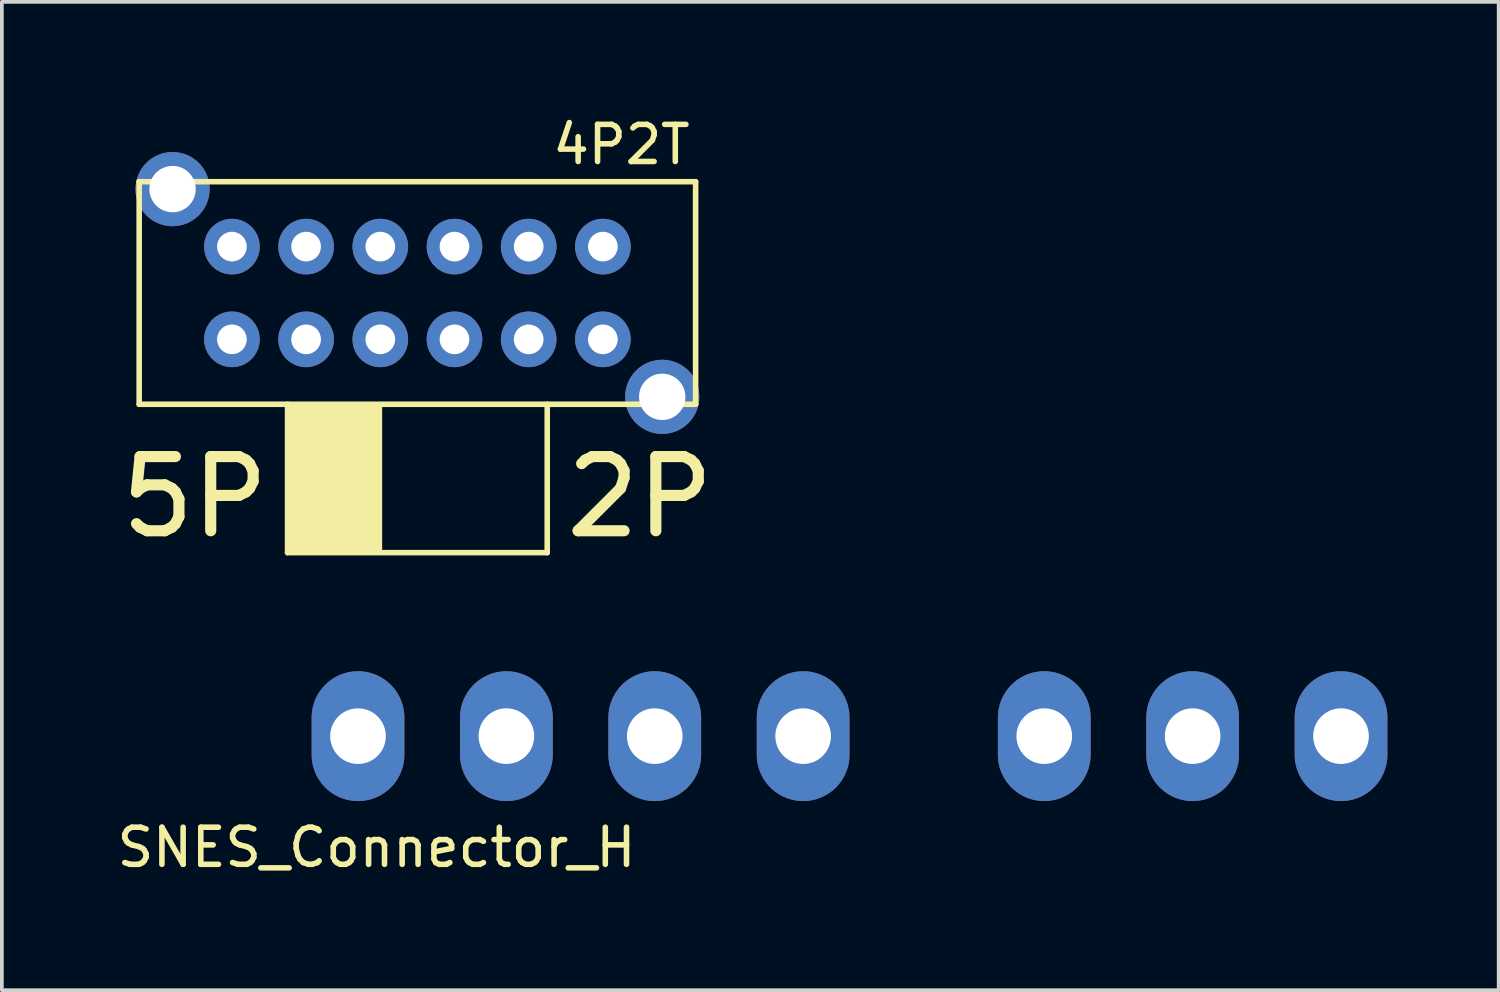
<source format=kicad_pcb>
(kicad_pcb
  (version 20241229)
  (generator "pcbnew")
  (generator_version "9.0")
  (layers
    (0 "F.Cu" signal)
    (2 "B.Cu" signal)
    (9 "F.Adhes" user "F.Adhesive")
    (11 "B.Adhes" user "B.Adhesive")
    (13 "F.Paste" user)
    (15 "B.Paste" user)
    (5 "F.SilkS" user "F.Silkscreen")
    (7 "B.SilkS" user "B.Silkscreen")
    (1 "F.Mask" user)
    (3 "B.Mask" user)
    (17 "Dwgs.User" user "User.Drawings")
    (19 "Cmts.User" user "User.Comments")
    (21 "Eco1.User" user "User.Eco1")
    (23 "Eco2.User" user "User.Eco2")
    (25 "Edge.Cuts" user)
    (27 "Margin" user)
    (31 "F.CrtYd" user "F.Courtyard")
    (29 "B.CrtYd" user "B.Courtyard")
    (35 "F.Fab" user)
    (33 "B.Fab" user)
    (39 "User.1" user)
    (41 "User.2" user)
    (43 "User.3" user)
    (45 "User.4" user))
  (footprint "SNES_Connector_H"
    (layer "F.Cu")
    (at 6.601 16.795)
    (property "Reference" "SNES_Connector_H" (at 0.5 3 0) (layer "F.SilkS") (effects (font (size 1 1) (thickness 0.15))))
    (attr through_hole)
    (pad "1" thru_hole oval (at 0 0) (size 2.5 3.5) (drill 1.5) (layers "*.Cu" "*.Mask"))
    (pad "2" thru_hole oval (at 4 0) (size 2.5 3.5) (drill 1.5) (layers "*.Cu" "*.Mask"))
    (pad "3" thru_hole oval (at 8 0) (size 2.5 3.5) (drill 1.5) (layers "*.Cu" "*.Mask"))
    (pad "4" thru_hole oval (at 12 0) (size 2.5 3.5) (drill 1.5) (layers "*.Cu" "*.Mask"))
    (pad "5" thru_hole oval (at 18.5 0) (size 2.5 3.5) (drill 1.5) (layers "*.Cu" "*.Mask"))
    (pad "6" thru_hole oval (at 22.5 0) (size 2.5 3.5) (drill 1.5) (layers "*.Cu" "*.Mask"))
    (pad "7" thru_hole oval (at 26.5 0) (size 2.5 3.5) (drill 1.5) (layers "*.Cu" "*.Mask")))
  (footprint "4P2T"
    (layer "F.Cu")
    (at 8.202 4.848)
    (property "Reference" "4P2T" (at 5.5 -4 0) (layer "F.SilkS") (effects (font (size 1 1) (thickness 0.15))))
    (attr through_hole)
    (fp_line (start -7.5 -3) (end -7.5 3) (stroke (width 0.15) (type solid)) (layer "F.SilkS"))
    (fp_line (start -7.5 3) (end 7.5 3) (stroke (width 0.15) (type solid)) (layer "F.SilkS"))
    (fp_line (start -3.5 3) (end -3.5 7) (stroke (width 0.15) (type solid)) (layer "F.SilkS"))
    (fp_line (start -3.5 7) (end 3.5 7) (stroke (width 0.15) (type solid)) (layer "F.SilkS"))
    (fp_line (start 3.5 7) (end 3.5 3) (stroke (width 0.15) (type solid)) (layer "F.SilkS"))
    (fp_line (start 7.5 -3) (end -7.5 -3) (stroke (width 0.15) (type solid)) (layer "F.SilkS"))
    (fp_line (start 7.5 3) (end 7.5 -3) (stroke (width 0.15) (type solid)) (layer "F.SilkS"))
    (fp_poly (pts (xy -1 7) (xy -3.5 7) (xy -3.5 3) (xy -1 3)) (stroke (width 0.1) (type solid)) (fill yes) (layer "F.SilkS"))
    (fp_text user "5P" (at -6 5.5 0) (layer "F.SilkS") (effects (font (size 2 2) (thickness 0.3))))
    (fp_text user "2P" (at 6 5.5 0) (layer "F.SilkS") (effects (font (size 2 2) (thickness 0.3))))
    (pad "1" thru_hole circle (at -5 -1.25) (size 1.5 1.5) (drill 0.8) (layers "*.Cu" "*.Mask"))
    (pad "2" thru_hole circle (at -3 -1.25) (size 1.5 1.5) (drill 0.8) (layers "*.Cu" "*.Mask"))
    (pad "3" thru_hole circle (at -1 -1.25) (size 1.5 1.5) (drill 0.8) (layers "*.Cu" "*.Mask"))
    (pad "4" thru_hole circle (at 1 -1.25) (size 1.5 1.5) (drill 0.8) (layers "*.Cu" "*.Mask"))
    (pad "5" thru_hole circle (at 3 -1.25) (size 1.5 1.5) (drill 0.8) (layers "*.Cu" "*.Mask"))
    (pad "6" thru_hole circle (at 5 -1.25) (size 1.5 1.5) (drill 0.8) (layers "*.Cu" "*.Mask"))
    (pad "7" thru_hole circle (at -5 1.25) (size 1.5 1.5) (drill 0.8) (layers "*.Cu" "*.Mask"))
    (pad "8" thru_hole circle (at -3 1.25) (size 1.5 1.5) (drill 0.8) (layers "*.Cu" "*.Mask"))
    (pad "9" thru_hole circle (at -1 1.25) (size 1.5 1.5) (drill 0.8) (layers "*.Cu" "*.Mask"))
    (pad "10" thru_hole circle (at 1 1.25) (size 1.5 1.5) (drill 0.8) (layers "*.Cu" "*.Mask"))
    (pad "11" thru_hole circle (at 3 1.25) (size 1.5 1.5) (drill 0.8) (layers "*.Cu" "*.Mask"))
    (pad "12" thru_hole circle (at 5 1.25) (size 1.5 1.5) (drill 0.8) (layers "*.Cu" "*.Mask"))
    (pad "MP" thru_hole circle (at -6.6 -2.8) (size 2 2) (drill 1.25) (layers "*.Cu" "*.Mask"))
    (pad "MP" thru_hole circle (at 6.6 2.8) (size 2 2) (drill 1.25) (layers "*.Cu" "*.Mask")))
  (gr_rect
    (start -3 -3)
    (end 37.351 23.643)
    (stroke (width 0.1) (type default))
    (fill no)
    (layer "Edge.Cuts")))
</source>
